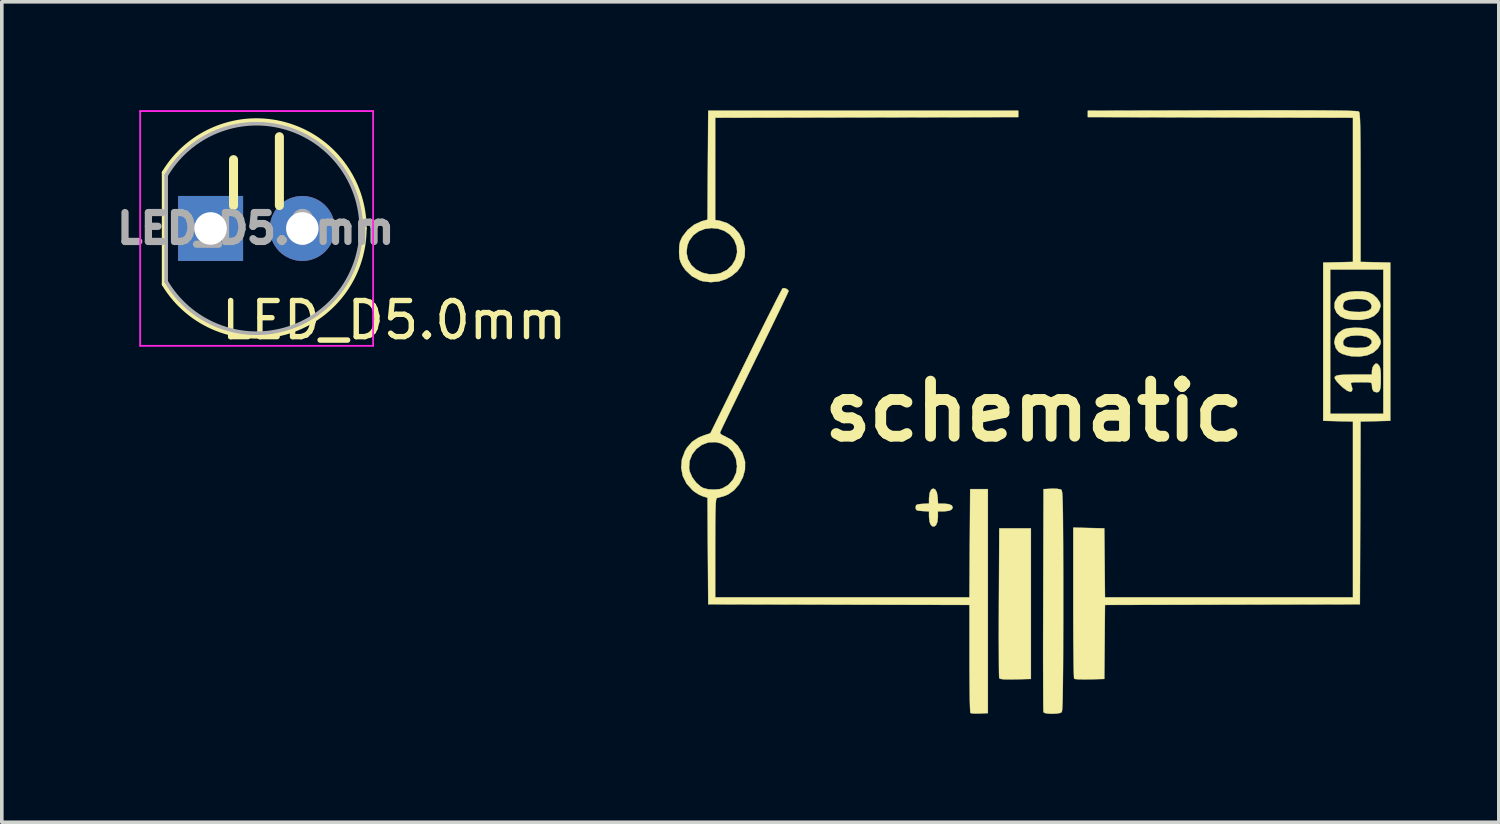
<source format=kicad_pcb>
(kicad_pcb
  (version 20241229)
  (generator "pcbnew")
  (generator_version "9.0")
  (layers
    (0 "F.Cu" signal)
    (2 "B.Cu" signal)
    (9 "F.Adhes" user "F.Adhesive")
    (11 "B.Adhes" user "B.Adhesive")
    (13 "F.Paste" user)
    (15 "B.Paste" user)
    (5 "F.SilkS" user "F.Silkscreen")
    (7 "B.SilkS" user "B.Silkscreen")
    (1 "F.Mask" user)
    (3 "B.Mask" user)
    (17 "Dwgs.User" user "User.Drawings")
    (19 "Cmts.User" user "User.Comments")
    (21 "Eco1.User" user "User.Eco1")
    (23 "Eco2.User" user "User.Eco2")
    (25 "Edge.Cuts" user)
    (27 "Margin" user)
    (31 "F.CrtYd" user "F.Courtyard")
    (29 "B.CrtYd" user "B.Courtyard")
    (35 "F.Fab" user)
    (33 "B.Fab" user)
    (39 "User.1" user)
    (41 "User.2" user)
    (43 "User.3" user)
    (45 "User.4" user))
  (footprint "LED_D5.0mm"
    (layer "F.Cu")
    (at 2.78 3.275)
    (property "Reference" "LED_D5.0mm" (at 5.08 2.54 0) (layer "F.SilkS") (effects (font (size 1 1) (thickness 0.15))))
    (attr through_hole)
    (fp_line (start -1.29 -1.545) (end -1.29 1.545) (stroke (width 0.12) (type solid)) (layer "F.SilkS"))
    (fp_line (start 0.635 -0.635) (end 0.635 -1.905) (stroke (width 0.25) (type solid)) (layer "F.SilkS"))
    (fp_line (start 1.905 -0.635) (end 1.905 -2.54) (stroke (width 0.25) (type solid)) (layer "F.SilkS"))
    (fp_arc (start -1.29 -1.54483) (mid 2.072002 -2.880433) (end 4.26 0.000462) (stroke (width 0.12) (type solid)) (layer "F.SilkS"))
    (fp_arc (start 4.26 -0.000462) (mid 2.072002 2.880433) (end -1.29 1.54483) (stroke (width 0.12) (type solid)) (layer "F.SilkS"))
    (fp_line (start -1.95 -3.25) (end -1.95 3.25) (stroke (width 0.05) (type solid)) (layer "F.CrtYd"))
    (fp_line (start -1.95 3.25) (end 4.5 3.25) (stroke (width 0.05) (type solid)) (layer "F.CrtYd"))
    (fp_line (start 4.5 -3.25) (end -1.95 -3.25) (stroke (width 0.05) (type solid)) (layer "F.CrtYd"))
    (fp_line (start 4.5 3.25) (end 4.5 -3.25) (stroke (width 0.05) (type solid)) (layer "F.CrtYd"))
    (fp_line (start -1.23 -1.47) (end -1.23 1.47) (stroke (width 0.1) (type solid)) (layer "F.Fab"))
    (fp_arc (start -1.23 -1.469694) (mid 4.17 0.000016) (end -1.230016 1.469666) (stroke (width 0.1) (type solid)) (layer "F.Fab"))
    (fp_text user "${REFERENCE}" (at 1.25 0 0) (layer "F.Fab") (effects (font (size 0.8 0.8) (thickness 0.2))))
    (pad "1" thru_hole rect (at 0 0) (size 1.8 1.8) (drill 0.9) (layers "*.Cu" "*.Mask"))
    (pad "2" thru_hole circle (at 2.54 0) (size 1.8 1.8) (drill 0.9) (layers "*.Cu" "*.Mask")))
  (footprint "schematic"
    (layer "F.Cu")
    (at 25.579 8.337)
    (property "Reference" "schematic" (at 0 0 0) (layer "F.SilkS") (effects (font (size 1.524 1.524) (thickness 0.3))))
    (attr through_hole)
    (fp_poly (pts (xy -0.088 7.41) (xy -0.517 7.42) (xy -0.711 7.422) (xy -0.843 7.419) (xy -0.923 7.409) (xy -0.96 7.391) (xy -0.964 7.385) (xy -0.967 7.342) (xy -0.97 7.236) (xy -0.972 7.073) (xy -0.973 6.858) (xy -0.974 6.599) (xy -0.975 6.301) (xy -0.975 5.97) (xy -0.974 5.614) (xy -0.973 5.29) (xy -0.963 3.241) (xy -0.088 3.241) (xy -0.088 7.41)) (stroke (width 0.01) (type solid)) (fill yes) (layer "F.SilkS"))
    (fp_poly (pts (xy -2.738 2.163) (xy -2.692 2.246) (xy -2.67 2.377) (xy -2.659 2.558) (xy -2.49 2.558) (xy -2.359 2.571) (xy -2.277 2.608) (xy -2.252 2.663) (xy -2.277 2.715) (xy -2.349 2.753) (xy -2.476 2.768) (xy -2.492 2.768) (xy -2.663 2.768) (xy -2.663 2.936) (xy -2.677 3.063) (xy -2.715 3.151) (xy -2.768 3.192) (xy -2.826 3.178) (xy -2.872 3.12) (xy -2.895 3.041) (xy -2.907 2.934) (xy -2.908 2.912) (xy -2.908 2.771) (xy -3.092 2.761) (xy -3.199 2.752) (xy -3.254 2.734) (xy -3.274 2.7) (xy -3.276 2.663) (xy -3.27 2.611) (xy -3.24 2.583) (xy -3.169 2.57) (xy -3.092 2.564) (xy -2.908 2.554) (xy -2.908 2.405) (xy -2.891 2.261) (xy -2.849 2.172) (xy -2.794 2.139) (xy -2.738 2.163)) (stroke (width 0.01) (type solid)) (fill yes) (layer "F.SilkS"))
    (fp_poly (pts (xy 9.498 -1.319) (xy 9.544 -1.276) (xy 9.574 -1.225) (xy 9.592 -1.136) (xy 9.599 -0.997) (xy 9.599 -0.929) (xy 9.597 -0.753) (xy 9.587 -0.637) (xy 9.566 -0.568) (xy 9.53 -0.534) (xy 9.477 -0.526) (xy 9.477 -0.526) (xy 9.401 -0.551) (xy 9.362 -0.629) (xy 9.354 -0.721) (xy 9.351 -0.762) (xy 9.333 -0.787) (xy 9.286 -0.8) (xy 9.196 -0.805) (xy 9.053 -0.806) (xy 8.908 -0.805) (xy 8.82 -0.799) (xy 8.779 -0.786) (xy 8.771 -0.764) (xy 8.777 -0.744) (xy 8.812 -0.628) (xy 8.801 -0.561) (xy 8.751 -0.541) (xy 8.668 -0.571) (xy 8.558 -0.651) (xy 8.482 -0.721) (xy 8.387 -0.821) (xy 8.333 -0.896) (xy 8.323 -0.949) (xy 8.363 -0.983) (xy 8.459 -1.004) (xy 8.614 -1.013) (xy 8.833 -1.016) (xy 8.868 -1.016) (xy 9.354 -1.016) (xy 9.354 -1.119) (xy 9.372 -1.213) (xy 9.409 -1.276) (xy 9.461 -1.322) (xy 9.498 -1.319)) (stroke (width 0.01) (type solid)) (fill yes) (layer "F.SilkS"))
    (fp_poly (pts (xy 9.249 -3.295) (xy 9.381 -3.233) (xy 9.492 -3.133) (xy 9.493 -3.132) (xy 9.574 -3.015) (xy 9.593 -2.909) (xy 9.552 -2.794) (xy 9.521 -2.743) (xy 9.41 -2.639) (xy 9.249 -2.568) (xy 9.05 -2.531) (xy 8.824 -2.533) (xy 8.628 -2.563) (xy 8.482 -2.625) (xy 8.376 -2.728) (xy 8.32 -2.857) (xy 8.321 -2.896) (xy 8.551 -2.896) (xy 8.576 -2.828) (xy 8.589 -2.817) (xy 8.696 -2.777) (xy 8.845 -2.754) (xy 9.01 -2.749) (xy 9.164 -2.763) (xy 9.261 -2.788) (xy 9.331 -2.842) (xy 9.348 -2.919) (xy 9.315 -2.999) (xy 9.237 -3.065) (xy 9.19 -3.085) (xy 9.08 -3.106) (xy 8.942 -3.111) (xy 8.8 -3.102) (xy 8.678 -3.08) (xy 8.601 -3.048) (xy 8.6 -3.047) (xy 8.559 -2.98) (xy 8.551 -2.896) (xy 8.321 -2.896) (xy 8.322 -2.999) (xy 8.339 -3.05) (xy 8.413 -3.169) (xy 8.527 -3.252) (xy 8.689 -3.301) (xy 8.864 -3.321) (xy 9.082 -3.322) (xy 9.249 -3.295)) (stroke (width 0.01) (type solid)) (fill yes) (layer "F.SilkS"))
    (fp_poly (pts (xy 0.624 2.145) (xy 0.723 2.16) (xy 0.756 2.175) (xy 0.765 2.19) (xy 0.773 2.225) (xy 0.78 2.282) (xy 0.785 2.366) (xy 0.79 2.481) (xy 0.794 2.631) (xy 0.798 2.821) (xy 0.8 3.054) (xy 0.802 3.335) (xy 0.804 3.667) (xy 0.805 4.056) (xy 0.806 4.504) (xy 0.806 5.017) (xy 0.806 5.252) (xy 0.806 5.814) (xy 0.805 6.31) (xy 0.804 6.742) (xy 0.802 7.113) (xy 0.799 7.429) (xy 0.796 7.691) (xy 0.792 7.903) (xy 0.788 8.068) (xy 0.782 8.191) (xy 0.776 8.273) (xy 0.769 8.319) (xy 0.764 8.331) (xy 0.707 8.355) (xy 0.609 8.369) (xy 0.493 8.374) (xy 0.381 8.368) (xy 0.296 8.352) (xy 0.261 8.329) (xy 0.259 8.289) (xy 0.257 8.183) (xy 0.255 8.017) (xy 0.254 7.797) (xy 0.253 7.527) (xy 0.252 7.212) (xy 0.251 6.858) (xy 0.251 6.47) (xy 0.252 6.053) (xy 0.253 5.611) (xy 0.254 5.22) (xy 0.263 2.155) (xy 0.485 2.144) (xy 0.624 2.145)) (stroke (width 0.01) (type solid)) (fill yes) (layer "F.SilkS"))
    (fp_poly (pts (xy 9.037 -2.309) (xy 9.197 -2.293) (xy 9.319 -2.265) (xy 9.34 -2.256) (xy 9.441 -2.184) (xy 9.53 -2.081) (xy 9.588 -1.971) (xy 9.599 -1.909) (xy 9.579 -1.842) (xy 9.529 -1.754) (xy 9.511 -1.73) (xy 9.387 -1.622) (xy 9.216 -1.549) (xy 9.012 -1.516) (xy 8.789 -1.524) (xy 8.678 -1.545) (xy 8.532 -1.589) (xy 8.436 -1.645) (xy 8.369 -1.728) (xy 8.353 -1.757) (xy 8.313 -1.901) (xy 8.316 -1.917) (xy 8.555 -1.917) (xy 8.561 -1.847) (xy 8.606 -1.799) (xy 8.698 -1.77) (xy 8.846 -1.756) (xy 8.952 -1.754) (xy 9.127 -1.761) (xy 9.242 -1.788) (xy 9.276 -1.806) (xy 9.345 -1.879) (xy 9.35 -1.951) (xy 9.3 -2.015) (xy 9.2 -2.065) (xy 9.059 -2.095) (xy 8.944 -2.102) (xy 8.76 -2.087) (xy 8.636 -2.044) (xy 8.569 -1.97) (xy 8.555 -1.917) (xy 8.316 -1.917) (xy 8.338 -2.041) (xy 8.42 -2.164) (xy 8.554 -2.258) (xy 8.594 -2.275) (xy 8.711 -2.301) (xy 8.867 -2.312) (xy 9.037 -2.309)) (stroke (width 0.01) (type solid)) (fill yes) (layer "F.SilkS"))
    (fp_poly (pts (xy -0.438 -8.146) (xy -4.633 -8.137) (xy -8.829 -8.128) (xy -8.829 -5.296) (xy -8.69 -5.273) (xy -8.487 -5.205) (xy -8.308 -5.083) (xy -8.162 -4.918) (xy -8.058 -4.725) (xy -8.005 -4.515) (xy -8.01 -4.302) (xy -8.02 -4.254) (xy -8.096 -4.045) (xy -8.214 -3.878) (xy -8.384 -3.74) (xy -8.531 -3.659) (xy -8.731 -3.595) (xy -8.956 -3.575) (xy -9.175 -3.602) (xy -9.258 -3.627) (xy -9.472 -3.741) (xy -9.651 -3.909) (xy -9.733 -4.026) (xy -9.787 -4.132) (xy -9.816 -4.235) (xy -9.826 -4.365) (xy -9.827 -4.388) (xy -9.622 -4.388) (xy -9.582 -4.208) (xy -9.491 -4.051) (xy -9.356 -3.925) (xy -9.187 -3.837) (xy -8.992 -3.793) (xy -8.78 -3.802) (xy -8.676 -3.827) (xy -8.503 -3.912) (xy -8.363 -4.045) (xy -8.266 -4.212) (xy -8.221 -4.397) (xy -8.231 -4.564) (xy -8.304 -4.75) (xy -8.422 -4.894) (xy -8.574 -4.996) (xy -8.747 -5.056) (xy -8.932 -5.074) (xy -9.115 -5.05) (xy -9.287 -4.983) (xy -9.435 -4.874) (xy -9.548 -4.721) (xy -9.601 -4.585) (xy -9.622 -4.388) (xy -9.827 -4.388) (xy -9.827 -4.432) (xy -9.822 -4.58) (xy -9.802 -4.69) (xy -9.758 -4.792) (xy -9.728 -4.845) (xy -9.588 -5.024) (xy -9.407 -5.168) (xy -9.206 -5.26) (xy -9.188 -5.265) (xy -9.04 -5.305) (xy -9.031 -6.813) (xy -9.021 -8.321) (xy -0.438 -8.321) (xy -0.438 -8.146)) (stroke (width 0.01) (type solid)) (fill yes) (layer "F.SilkS"))
    (fp_poly (pts (xy 7.384 -8.331) (xy 7.77 -8.33) (xy 8.098 -8.328) (xy 8.37 -8.325) (xy 8.59 -8.322) (xy 8.759 -8.317) (xy 8.881 -8.312) (xy 8.957 -8.306) (xy 8.99 -8.3) (xy 8.991 -8.299) (xy 9.002 -8.28) (xy 9.01 -8.238) (xy 9.018 -8.168) (xy 9.024 -8.065) (xy 9.028 -7.924) (xy 9.032 -7.741) (xy 9.035 -7.511) (xy 9.037 -7.228) (xy 9.038 -6.887) (xy 9.039 -6.485) (xy 9.039 -6.198) (xy 9.039 -4.136) (xy 9.451 -4.126) (xy 9.862 -4.117) (xy 9.862 0.263) (xy 9.451 0.273) (xy 9.039 0.282) (xy 9.03 2.813) (xy 9.021 5.343) (xy 1.963 5.361) (xy 1.954 6.385) (xy 1.944 7.41) (xy 1.54 7.42) (xy 1.378 7.421) (xy 1.242 7.419) (xy 1.148 7.413) (xy 1.11 7.405) (xy 1.106 7.366) (xy 1.102 7.264) (xy 1.098 7.104) (xy 1.095 6.892) (xy 1.092 6.635) (xy 1.089 6.339) (xy 1.088 6.01) (xy 1.086 5.654) (xy 1.086 5.301) (xy 1.086 3.221) (xy 1.515 3.231) (xy 1.944 3.241) (xy 1.954 4.195) (xy 1.963 5.15) (xy 8.829 5.15) (xy 8.829 0.282) (xy 8.417 0.273) (xy 8.005 0.263) (xy 8.005 -3.924) (xy 8.198 -3.924) (xy 8.198 0.07) (xy 9.67 0.07) (xy 9.67 -3.924) (xy 8.198 -3.924) (xy 8.005 -3.924) (xy 8.005 -4.117) (xy 8.417 -4.126) (xy 8.829 -4.136) (xy 8.829 -8.128) (xy 1.489 -8.146) (xy 1.489 -8.321) (xy 5.216 -8.33) (xy 5.857 -8.331) (xy 6.431 -8.332) (xy 6.939 -8.332) (xy 7.384 -8.331)) (stroke (width 0.01) (type solid)) (fill yes) (layer "F.SilkS"))
    (fp_poly (pts (xy -6.838 -3.381) (xy -6.798 -3.338) (xy -6.797 -3.328) (xy -6.812 -3.292) (xy -6.855 -3.198) (xy -6.924 -3.052) (xy -7.016 -2.86) (xy -7.129 -2.628) (xy -7.259 -2.36) (xy -7.405 -2.062) (xy -7.562 -1.74) (xy -7.73 -1.399) (xy -7.741 -1.376) (xy -7.909 -1.034) (xy -8.068 -0.709) (xy -8.215 -0.408) (xy -8.348 -0.137) (xy -8.463 0.1) (xy -8.558 0.297) (xy -8.63 0.448) (xy -8.677 0.548) (xy -8.695 0.59) (xy -8.696 0.591) (xy -8.672 0.633) (xy -8.596 0.677) (xy -8.575 0.685) (xy -8.372 0.793) (xy -8.203 0.954) (xy -8.077 1.154) (xy -8.006 1.38) (xy -8.001 1.41) (xy -8.004 1.617) (xy -8.062 1.825) (xy -8.165 2.019) (xy -8.304 2.183) (xy -8.471 2.302) (xy -8.588 2.349) (xy -8.691 2.377) (xy -8.768 2.398) (xy -8.785 2.403) (xy -8.796 2.421) (xy -8.806 2.472) (xy -8.814 2.561) (xy -8.819 2.693) (xy -8.824 2.874) (xy -8.827 3.108) (xy -8.828 3.402) (xy -8.829 3.761) (xy -8.829 3.783) (xy -8.829 5.15) (xy -1.788 5.15) (xy -1.769 2.155) (xy -1.279 2.155) (xy -1.279 8.356) (xy -1.508 8.366) (xy -1.629 8.368) (xy -1.721 8.362) (xy -1.762 8.351) (xy -1.767 8.312) (xy -1.772 8.21) (xy -1.777 8.053) (xy -1.78 7.848) (xy -1.783 7.602) (xy -1.785 7.323) (xy -1.787 7.018) (xy -1.787 6.844) (xy -1.787 5.361) (xy -5.404 5.352) (xy -9.021 5.343) (xy -9.031 3.868) (xy -9.04 2.393) (xy -9.172 2.353) (xy -9.277 2.307) (xy -9.396 2.232) (xy -9.453 2.187) (xy -9.62 2.002) (xy -9.726 1.79) (xy -9.769 1.564) (xy -9.552 1.564) (xy -9.532 1.673) (xy -9.465 1.826) (xy -9.358 1.971) (xy -9.231 2.084) (xy -9.162 2.123) (xy -9.027 2.159) (xy -8.862 2.169) (xy -8.704 2.155) (xy -8.63 2.135) (xy -8.461 2.036) (xy -8.331 1.887) (xy -8.248 1.704) (xy -8.223 1.524) (xy -8.255 1.309) (xy -8.345 1.125) (xy -8.487 0.981) (xy -8.672 0.886) (xy -8.82 0.853) (xy -9.018 0.861) (xy -9.198 0.929) (xy -9.351 1.043) (xy -9.467 1.194) (xy -9.537 1.371) (xy -9.552 1.564) (xy -9.769 1.564) (xy -9.769 1.562) (xy -9.749 1.328) (xy -9.663 1.099) (xy -9.607 1.005) (xy -9.468 0.845) (xy -9.29 0.728) (xy -9.134 0.665) (xy -8.962 0.609) (xy -7.98 -1.386) (xy -7.808 -1.735) (xy -7.645 -2.065) (xy -7.492 -2.371) (xy -7.354 -2.648) (xy -7.231 -2.889) (xy -7.129 -3.091) (xy -7.048 -3.247) (xy -6.992 -3.353) (xy -6.963 -3.402) (xy -6.961 -3.405) (xy -6.904 -3.409) (xy -6.838 -3.381)) (stroke (width 0.01) (type solid)) (fill yes) (layer "F.SilkS")))
  (gr_rect
    (start -3 -3)
    (end 38.446 19.715)
    (stroke (width 0.1) (type default))
    (fill no)
    (layer "Edge.Cuts")))
</source>
